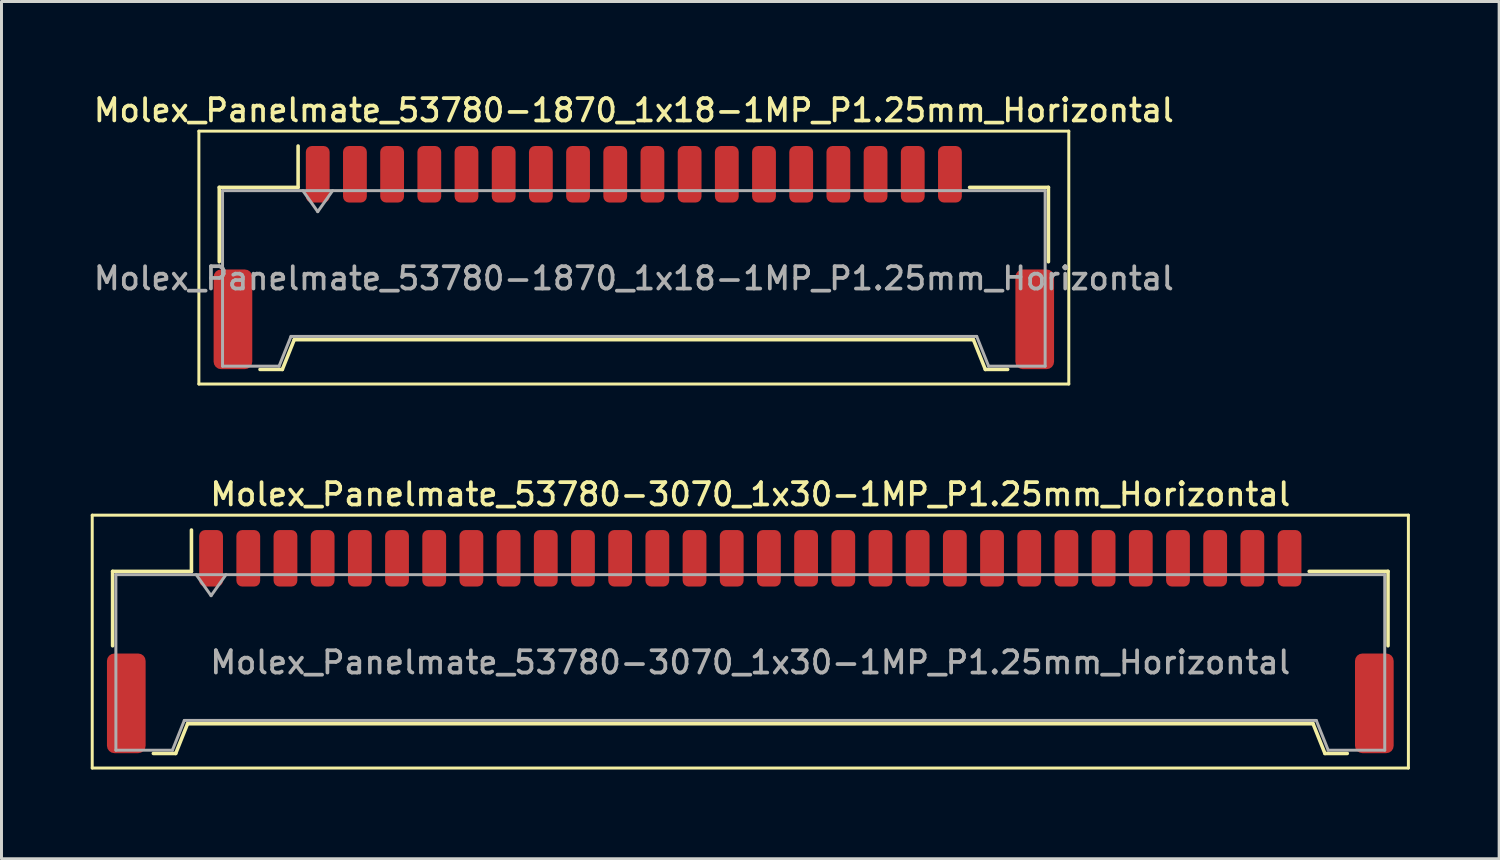
<source format=kicad_pcb>
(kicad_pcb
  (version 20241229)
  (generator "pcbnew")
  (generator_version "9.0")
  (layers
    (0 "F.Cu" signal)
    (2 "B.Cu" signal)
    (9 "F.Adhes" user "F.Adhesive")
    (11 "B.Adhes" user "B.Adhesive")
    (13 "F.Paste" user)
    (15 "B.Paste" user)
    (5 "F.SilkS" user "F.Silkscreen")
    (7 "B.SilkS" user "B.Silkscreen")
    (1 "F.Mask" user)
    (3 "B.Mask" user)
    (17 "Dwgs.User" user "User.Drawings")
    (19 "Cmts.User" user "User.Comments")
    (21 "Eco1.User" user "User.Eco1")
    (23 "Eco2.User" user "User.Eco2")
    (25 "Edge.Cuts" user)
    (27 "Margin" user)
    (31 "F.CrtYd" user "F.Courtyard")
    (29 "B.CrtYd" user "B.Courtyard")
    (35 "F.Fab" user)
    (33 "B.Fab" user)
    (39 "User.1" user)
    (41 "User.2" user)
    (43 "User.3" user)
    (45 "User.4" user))
  (footprint "Molex_Panelmate_53780-3070_1x30-1MP_P1.25mm_Horizontal"
    (layer "F.Cu")
    (at 22.17 18.516)
    (property "Reference" "Molex_Panelmate_53780-3070_1x30-1MP_P1.25mm_Horizontal" (at 0 -4.95 0) (layer "F.SilkS") (effects (font (size 0.75 0.75) (thickness 0.125))))
    (attr smd)
    (fp_line (start -22.12 -4.25) (end -22.12 4.25) (stroke (width 0.1) (type solid)) (layer "F.SilkS"))
    (fp_line (start -22.12 4.25) (end 22.12 4.25) (stroke (width 0.1) (type solid)) (layer "F.SilkS"))
    (fp_line (start -21.435 -2.36) (end -18.785 -2.36) (stroke (width 0.12) (type solid)) (layer "F.SilkS"))
    (fp_line (start -21.435 0.14) (end -21.435 -2.36) (stroke (width 0.12) (type solid)) (layer "F.SilkS"))
    (fp_line (start -20.065 3.76) (end -19.315 3.76) (stroke (width 0.12) (type solid)) (layer "F.SilkS"))
    (fp_line (start -19.315 3.76) (end -18.915 2.76) (stroke (width 0.12) (type solid)) (layer "F.SilkS"))
    (fp_line (start -18.915 2.76) (end 18.915 2.76) (stroke (width 0.12) (type solid)) (layer "F.SilkS"))
    (fp_line (start -18.785 -2.36) (end -18.785 -3.75) (stroke (width 0.12) (type solid)) (layer "F.SilkS"))
    (fp_line (start 18.915 2.76) (end 19.315 3.76) (stroke (width 0.12) (type solid)) (layer "F.SilkS"))
    (fp_line (start 19.315 3.76) (end 20.065 3.76) (stroke (width 0.12) (type solid)) (layer "F.SilkS"))
    (fp_line (start 21.435 -2.36) (end 18.785 -2.36) (stroke (width 0.12) (type solid)) (layer "F.SilkS"))
    (fp_line (start 21.435 0.14) (end 21.435 -2.36) (stroke (width 0.12) (type solid)) (layer "F.SilkS"))
    (fp_line (start 22.12 -4.25) (end -22.12 -4.25) (stroke (width 0.1) (type solid)) (layer "F.SilkS"))
    (fp_line (start 22.12 4.25) (end 22.12 -4.25) (stroke (width 0.1) (type solid)) (layer "F.SilkS"))
    (fp_line (start -21.325 -2.25) (end -21.325 3.65) (stroke (width 0.1) (type solid)) (layer "F.Fab"))
    (fp_line (start -21.325 -2.25) (end 21.325 -2.25) (stroke (width 0.1) (type solid)) (layer "F.Fab"))
    (fp_line (start -21.325 3.65) (end -19.425 3.65) (stroke (width 0.1) (type solid)) (layer "F.Fab"))
    (fp_line (start -19.425 3.65) (end -19.025 2.65) (stroke (width 0.1) (type solid)) (layer "F.Fab"))
    (fp_line (start -19.025 2.65) (end 19.025 2.65) (stroke (width 0.1) (type solid)) (layer "F.Fab"))
    (fp_line (start -18.625 -2.25) (end -18.125 -1.543) (stroke (width 0.1) (type solid)) (layer "F.Fab"))
    (fp_line (start -18.125 -1.543) (end -17.625 -2.25) (stroke (width 0.1) (type solid)) (layer "F.Fab"))
    (fp_line (start 19.025 2.65) (end 19.425 3.65) (stroke (width 0.1) (type solid)) (layer "F.Fab"))
    (fp_line (start 19.425 3.65) (end 21.325 3.65) (stroke (width 0.1) (type solid)) (layer "F.Fab"))
    (fp_line (start 21.325 -2.25) (end 21.325 3.65) (stroke (width 0.1) (type solid)) (layer "F.Fab"))
    (fp_text user "${REFERENCE}" (at 0 0.7 0) (layer "F.Fab") (effects (font (size 0.75 0.75) (thickness 0.125))))
    (pad "1" smd roundrect (at -18.125 -2.8) (size 0.8 1.9) (layers "F.Cu" "F.Mask" "F.Paste") (roundrect_rratio 0.25))
    (pad "2" smd roundrect (at -16.875 -2.8) (size 0.8 1.9) (layers "F.Cu" "F.Mask" "F.Paste") (roundrect_rratio 0.25))
    (pad "3" smd roundrect (at -15.625 -2.8) (size 0.8 1.9) (layers "F.Cu" "F.Mask" "F.Paste") (roundrect_rratio 0.25))
    (pad "4" smd roundrect (at -14.375 -2.8) (size 0.8 1.9) (layers "F.Cu" "F.Mask" "F.Paste") (roundrect_rratio 0.25))
    (pad "5" smd roundrect (at -13.125 -2.8) (size 0.8 1.9) (layers "F.Cu" "F.Mask" "F.Paste") (roundrect_rratio 0.25))
    (pad "6" smd roundrect (at -11.875 -2.8) (size 0.8 1.9) (layers "F.Cu" "F.Mask" "F.Paste") (roundrect_rratio 0.25))
    (pad "7" smd roundrect (at -10.625 -2.8) (size 0.8 1.9) (layers "F.Cu" "F.Mask" "F.Paste") (roundrect_rratio 0.25))
    (pad "8" smd roundrect (at -9.375 -2.8) (size 0.8 1.9) (layers "F.Cu" "F.Mask" "F.Paste") (roundrect_rratio 0.25))
    (pad "9" smd roundrect (at -8.125 -2.8) (size 0.8 1.9) (layers "F.Cu" "F.Mask" "F.Paste") (roundrect_rratio 0.25))
    (pad "10" smd roundrect (at -6.875 -2.8) (size 0.8 1.9) (layers "F.Cu" "F.Mask" "F.Paste") (roundrect_rratio 0.25))
    (pad "11" smd roundrect (at -5.625 -2.8) (size 0.8 1.9) (layers "F.Cu" "F.Mask" "F.Paste") (roundrect_rratio 0.25))
    (pad "12" smd roundrect (at -4.375 -2.8) (size 0.8 1.9) (layers "F.Cu" "F.Mask" "F.Paste") (roundrect_rratio 0.25))
    (pad "13" smd roundrect (at -3.125 -2.8) (size 0.8 1.9) (layers "F.Cu" "F.Mask" "F.Paste") (roundrect_rratio 0.25))
    (pad "14" smd roundrect (at -1.875 -2.8) (size 0.8 1.9) (layers "F.Cu" "F.Mask" "F.Paste") (roundrect_rratio 0.25))
    (pad "15" smd roundrect (at -0.625 -2.8) (size 0.8 1.9) (layers "F.Cu" "F.Mask" "F.Paste") (roundrect_rratio 0.25))
    (pad "16" smd roundrect (at 0.625 -2.8) (size 0.8 1.9) (layers "F.Cu" "F.Mask" "F.Paste") (roundrect_rratio 0.25))
    (pad "17" smd roundrect (at 1.875 -2.8) (size 0.8 1.9) (layers "F.Cu" "F.Mask" "F.Paste") (roundrect_rratio 0.25))
    (pad "18" smd roundrect (at 3.125 -2.8) (size 0.8 1.9) (layers "F.Cu" "F.Mask" "F.Paste") (roundrect_rratio 0.25))
    (pad "19" smd roundrect (at 4.375 -2.8) (size 0.8 1.9) (layers "F.Cu" "F.Mask" "F.Paste") (roundrect_rratio 0.25))
    (pad "20" smd roundrect (at 5.625 -2.8) (size 0.8 1.9) (layers "F.Cu" "F.Mask" "F.Paste") (roundrect_rratio 0.25))
    (pad "21" smd roundrect (at 6.875 -2.8) (size 0.8 1.9) (layers "F.Cu" "F.Mask" "F.Paste") (roundrect_rratio 0.25))
    (pad "22" smd roundrect (at 8.125 -2.8) (size 0.8 1.9) (layers "F.Cu" "F.Mask" "F.Paste") (roundrect_rratio 0.25))
    (pad "23" smd roundrect (at 9.375 -2.8) (size 0.8 1.9) (layers "F.Cu" "F.Mask" "F.Paste") (roundrect_rratio 0.25))
    (pad "24" smd roundrect (at 10.625 -2.8) (size 0.8 1.9) (layers "F.Cu" "F.Mask" "F.Paste") (roundrect_rratio 0.25))
    (pad "25" smd roundrect (at 11.875 -2.8) (size 0.8 1.9) (layers "F.Cu" "F.Mask" "F.Paste") (roundrect_rratio 0.25))
    (pad "26" smd roundrect (at 13.125 -2.8) (size 0.8 1.9) (layers "F.Cu" "F.Mask" "F.Paste") (roundrect_rratio 0.25))
    (pad "27" smd roundrect (at 14.375 -2.8) (size 0.8 1.9) (layers "F.Cu" "F.Mask" "F.Paste") (roundrect_rratio 0.25))
    (pad "28" smd roundrect (at 15.625 -2.8) (size 0.8 1.9) (layers "F.Cu" "F.Mask" "F.Paste") (roundrect_rratio 0.25))
    (pad "29" smd roundrect (at 16.875 -2.8) (size 0.8 1.9) (layers "F.Cu" "F.Mask" "F.Paste") (roundrect_rratio 0.25))
    (pad "30" smd roundrect (at 18.125 -2.8) (size 0.8 1.9) (layers "F.Cu" "F.Mask" "F.Paste") (roundrect_rratio 0.25))
    (pad "MP" smd roundrect (at -20.975 2.075) (size 1.3 3.35) (layers "F.Cu" "F.Mask" "F.Paste") (roundrect_rratio 0.192))
    (pad "MP" smd roundrect (at 20.975 2.075) (size 1.3 3.35) (layers "F.Cu" "F.Mask" "F.Paste") (roundrect_rratio 0.192)))
  (footprint "Molex_Panelmate_53780-1870_1x18-1MP_P1.25mm_Horizontal"
    (layer "F.Cu")
    (at 18.255 5.608)
    (property "Reference" "Molex_Panelmate_53780-1870_1x18-1MP_P1.25mm_Horizontal" (at 0 -4.95 0) (layer "F.SilkS") (effects (font (size 0.75 0.75) (thickness 0.125))))
    (attr smd)
    (fp_line (start -14.62 -4.25) (end -14.62 4.25) (stroke (width 0.1) (type solid)) (layer "F.SilkS"))
    (fp_line (start -14.62 4.25) (end 14.62 4.25) (stroke (width 0.1) (type solid)) (layer "F.SilkS"))
    (fp_line (start -13.935 -2.36) (end -11.285 -2.36) (stroke (width 0.12) (type solid)) (layer "F.SilkS"))
    (fp_line (start -13.935 0.14) (end -13.935 -2.36) (stroke (width 0.12) (type solid)) (layer "F.SilkS"))
    (fp_line (start -12.565 3.76) (end -11.815 3.76) (stroke (width 0.12) (type solid)) (layer "F.SilkS"))
    (fp_line (start -11.815 3.76) (end -11.415 2.76) (stroke (width 0.12) (type solid)) (layer "F.SilkS"))
    (fp_line (start -11.415 2.76) (end 11.415 2.76) (stroke (width 0.12) (type solid)) (layer "F.SilkS"))
    (fp_line (start -11.285 -2.36) (end -11.285 -3.75) (stroke (width 0.12) (type solid)) (layer "F.SilkS"))
    (fp_line (start 11.415 2.76) (end 11.815 3.76) (stroke (width 0.12) (type solid)) (layer "F.SilkS"))
    (fp_line (start 11.815 3.76) (end 12.565 3.76) (stroke (width 0.12) (type solid)) (layer "F.SilkS"))
    (fp_line (start 13.935 -2.36) (end 11.285 -2.36) (stroke (width 0.12) (type solid)) (layer "F.SilkS"))
    (fp_line (start 13.935 0.14) (end 13.935 -2.36) (stroke (width 0.12) (type solid)) (layer "F.SilkS"))
    (fp_line (start 14.62 -4.25) (end -14.62 -4.25) (stroke (width 0.1) (type solid)) (layer "F.SilkS"))
    (fp_line (start 14.62 4.25) (end 14.62 -4.25) (stroke (width 0.1) (type solid)) (layer "F.SilkS"))
    (fp_line (start -13.825 -2.25) (end -13.825 3.65) (stroke (width 0.1) (type solid)) (layer "F.Fab"))
    (fp_line (start -13.825 -2.25) (end 13.825 -2.25) (stroke (width 0.1) (type solid)) (layer "F.Fab"))
    (fp_line (start -13.825 3.65) (end -11.925 3.65) (stroke (width 0.1) (type solid)) (layer "F.Fab"))
    (fp_line (start -11.925 3.65) (end -11.525 2.65) (stroke (width 0.1) (type solid)) (layer "F.Fab"))
    (fp_line (start -11.525 2.65) (end 11.525 2.65) (stroke (width 0.1) (type solid)) (layer "F.Fab"))
    (fp_line (start -11.125 -2.25) (end -10.625 -1.543) (stroke (width 0.1) (type solid)) (layer "F.Fab"))
    (fp_line (start -10.625 -1.543) (end -10.125 -2.25) (stroke (width 0.1) (type solid)) (layer "F.Fab"))
    (fp_line (start 11.525 2.65) (end 11.925 3.65) (stroke (width 0.1) (type solid)) (layer "F.Fab"))
    (fp_line (start 11.925 3.65) (end 13.825 3.65) (stroke (width 0.1) (type solid)) (layer "F.Fab"))
    (fp_line (start 13.825 -2.25) (end 13.825 3.65) (stroke (width 0.1) (type solid)) (layer "F.Fab"))
    (fp_text user "${REFERENCE}" (at 0 0.7 0) (layer "F.Fab") (effects (font (size 0.75 0.75) (thickness 0.125))))
    (pad "1" smd roundrect (at -10.625 -2.8) (size 0.8 1.9) (layers "F.Cu" "F.Mask" "F.Paste") (roundrect_rratio 0.25))
    (pad "2" smd roundrect (at -9.375 -2.8) (size 0.8 1.9) (layers "F.Cu" "F.Mask" "F.Paste") (roundrect_rratio 0.25))
    (pad "3" smd roundrect (at -8.125 -2.8) (size 0.8 1.9) (layers "F.Cu" "F.Mask" "F.Paste") (roundrect_rratio 0.25))
    (pad "4" smd roundrect (at -6.875 -2.8) (size 0.8 1.9) (layers "F.Cu" "F.Mask" "F.Paste") (roundrect_rratio 0.25))
    (pad "5" smd roundrect (at -5.625 -2.8) (size 0.8 1.9) (layers "F.Cu" "F.Mask" "F.Paste") (roundrect_rratio 0.25))
    (pad "6" smd roundrect (at -4.375 -2.8) (size 0.8 1.9) (layers "F.Cu" "F.Mask" "F.Paste") (roundrect_rratio 0.25))
    (pad "7" smd roundrect (at -3.125 -2.8) (size 0.8 1.9) (layers "F.Cu" "F.Mask" "F.Paste") (roundrect_rratio 0.25))
    (pad "8" smd roundrect (at -1.875 -2.8) (size 0.8 1.9) (layers "F.Cu" "F.Mask" "F.Paste") (roundrect_rratio 0.25))
    (pad "9" smd roundrect (at -0.625 -2.8) (size 0.8 1.9) (layers "F.Cu" "F.Mask" "F.Paste") (roundrect_rratio 0.25))
    (pad "10" smd roundrect (at 0.625 -2.8) (size 0.8 1.9) (layers "F.Cu" "F.Mask" "F.Paste") (roundrect_rratio 0.25))
    (pad "11" smd roundrect (at 1.875 -2.8) (size 0.8 1.9) (layers "F.Cu" "F.Mask" "F.Paste") (roundrect_rratio 0.25))
    (pad "12" smd roundrect (at 3.125 -2.8) (size 0.8 1.9) (layers "F.Cu" "F.Mask" "F.Paste") (roundrect_rratio 0.25))
    (pad "13" smd roundrect (at 4.375 -2.8) (size 0.8 1.9) (layers "F.Cu" "F.Mask" "F.Paste") (roundrect_rratio 0.25))
    (pad "14" smd roundrect (at 5.625 -2.8) (size 0.8 1.9) (layers "F.Cu" "F.Mask" "F.Paste") (roundrect_rratio 0.25))
    (pad "15" smd roundrect (at 6.875 -2.8) (size 0.8 1.9) (layers "F.Cu" "F.Mask" "F.Paste") (roundrect_rratio 0.25))
    (pad "16" smd roundrect (at 8.125 -2.8) (size 0.8 1.9) (layers "F.Cu" "F.Mask" "F.Paste") (roundrect_rratio 0.25))
    (pad "17" smd roundrect (at 9.375 -2.8) (size 0.8 1.9) (layers "F.Cu" "F.Mask" "F.Paste") (roundrect_rratio 0.25))
    (pad "18" smd roundrect (at 10.625 -2.8) (size 0.8 1.9) (layers "F.Cu" "F.Mask" "F.Paste") (roundrect_rratio 0.25))
    (pad "MP" smd roundrect (at -13.475 2.075) (size 1.3 3.35) (layers "F.Cu" "F.Mask" "F.Paste") (roundrect_rratio 0.192))
    (pad "MP" smd roundrect (at 13.475 2.075) (size 1.3 3.35) (layers "F.Cu" "F.Mask" "F.Paste") (roundrect_rratio 0.192)))
  (gr_rect
    (start -3 -3)
    (end 47.34 25.816)
    (stroke (width 0.1) (type default))
    (fill no)
    (layer "Edge.Cuts")))
</source>
